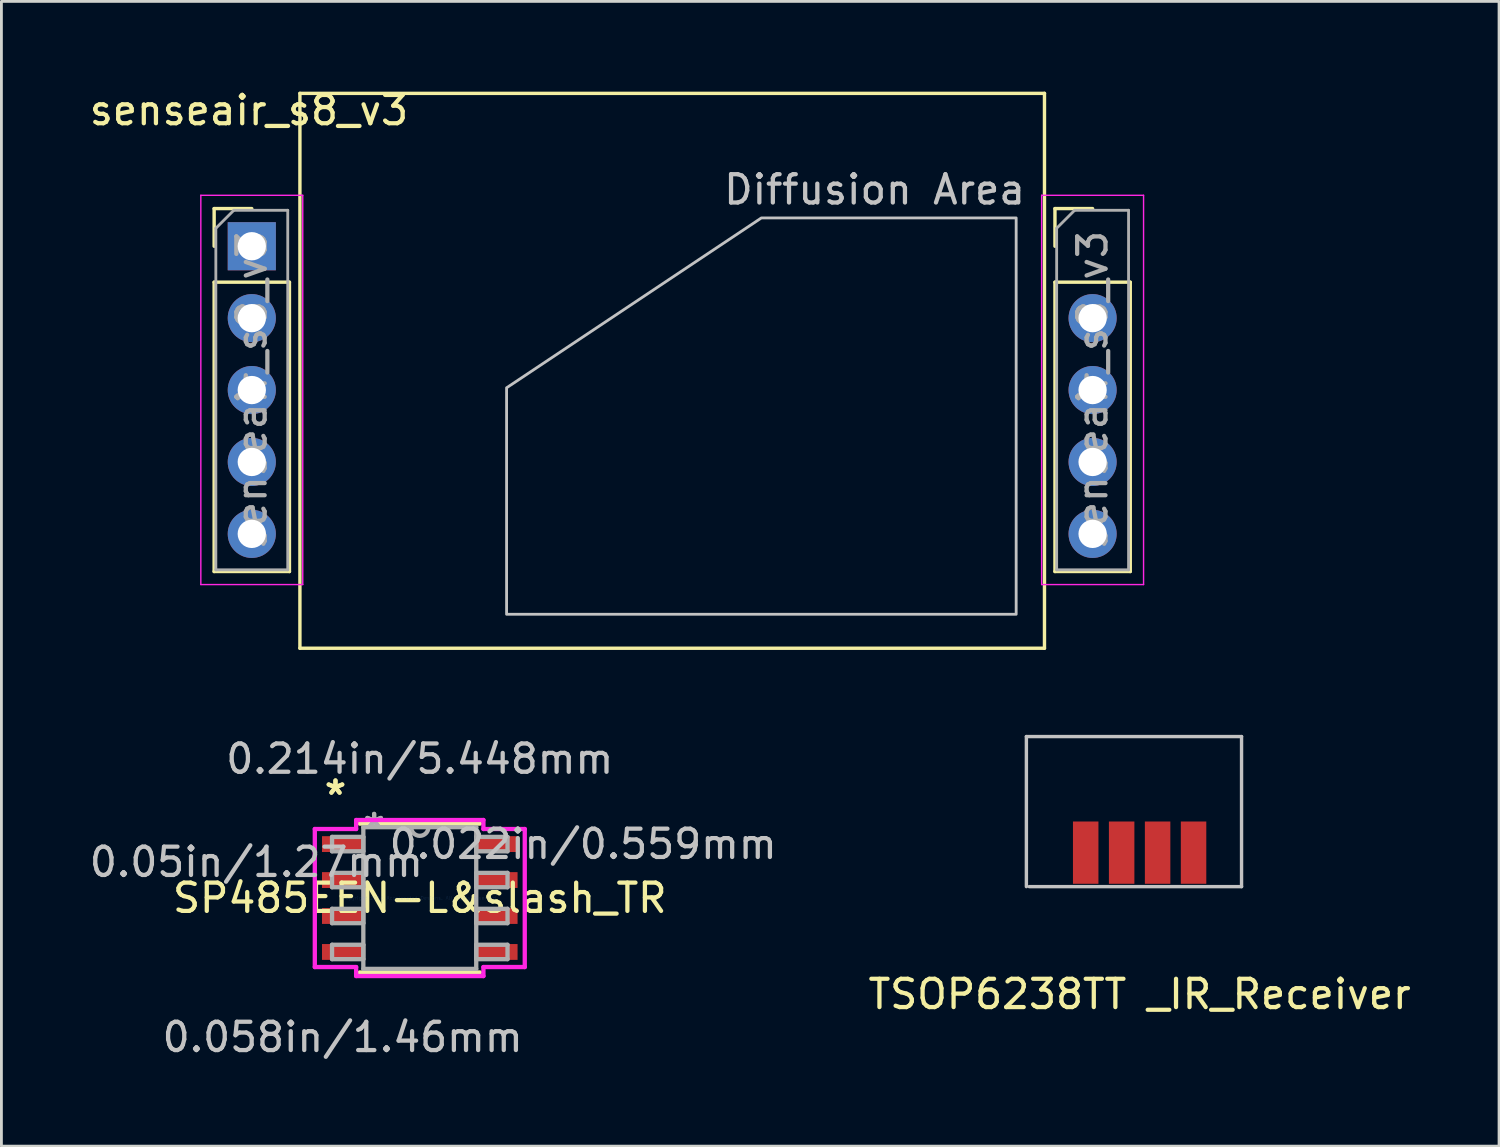
<source format=kicad_pcb>
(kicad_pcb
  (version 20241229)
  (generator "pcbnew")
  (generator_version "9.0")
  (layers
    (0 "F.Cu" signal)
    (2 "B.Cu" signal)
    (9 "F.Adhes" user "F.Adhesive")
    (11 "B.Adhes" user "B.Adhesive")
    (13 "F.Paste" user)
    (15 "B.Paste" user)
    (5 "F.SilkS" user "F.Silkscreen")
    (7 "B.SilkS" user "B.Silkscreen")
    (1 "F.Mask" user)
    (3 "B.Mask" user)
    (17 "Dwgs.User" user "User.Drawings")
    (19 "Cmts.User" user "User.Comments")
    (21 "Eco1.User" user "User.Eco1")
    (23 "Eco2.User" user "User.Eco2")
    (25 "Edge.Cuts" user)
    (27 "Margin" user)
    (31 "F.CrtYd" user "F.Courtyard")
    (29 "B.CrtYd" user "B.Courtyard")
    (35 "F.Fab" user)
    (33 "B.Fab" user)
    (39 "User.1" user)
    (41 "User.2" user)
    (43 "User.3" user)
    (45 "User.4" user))
  (footprint "TSOP6238TT _IR_Receiver"
    (layer "F.Cu")
    (at 37.205 27.068)
    (property "Reference" "TSOP6238TT _IR_Receiver" (at 0 5 0) (layer "F.SilkS") (effects (font (size 1 1) (thickness 0.15))))
    (attr through_hole)
    (fp_line (start -4 -4.1) (end -4 1.2) (stroke (width 0.12) (type solid)) (layer "Dwgs.User"))
    (fp_line (start -3.9 1.2) (end 3.6 1.2) (stroke (width 0.12) (type solid)) (layer "Dwgs.User"))
    (fp_line (start 3.6 -4.1) (end -4 -4.1) (stroke (width 0.12) (type solid)) (layer "Dwgs.User"))
    (fp_line (start 3.6 1.2) (end 3.6 -4.1) (stroke (width 0.12) (type solid)) (layer "Dwgs.User"))
    (pad "1" smd rect (at -1.905 0) (size 0.9 2.2) (layers "F.Cu" "F.Mask" "F.Paste"))
    (pad "2" smd rect (at -0.635 0) (size 0.9 2.2) (layers "F.Cu" "F.Mask" "F.Paste"))
    (pad "3" smd rect (at 0.635 0) (size 0.9 2.2) (layers "F.Cu" "F.Mask" "F.Paste"))
    (pad "4" smd rect (at 1.905 0) (size 0.9 2.2) (layers "F.Cu" "F.Mask" "F.Paste")))
  (footprint "senseair_s8_v3"
    (layer "F.Cu")
    (at 5.844 5.648)
    (property "Reference" "senseair_s8_v3" (at -0.1 -4.8 0) (layer "F.SilkS") (effects (font (size 1 1) (thickness 0.15))))
    (attr through_hole)
    (fp_line (start -1.33 -1.33) (end 0 -1.33) (stroke (width 0.12) (type solid)) (layer "F.SilkS"))
    (fp_line (start -1.33 0) (end -1.33 -1.33) (stroke (width 0.12) (type solid)) (layer "F.SilkS"))
    (fp_line (start -1.33 1.27) (end -1.33 11.49) (stroke (width 0.12) (type solid)) (layer "F.SilkS"))
    (fp_line (start -1.33 1.27) (end 1.33 1.27) (stroke (width 0.12) (type solid)) (layer "F.SilkS"))
    (fp_line (start -1.33 11.49) (end 1.33 11.49) (stroke (width 0.12) (type solid)) (layer "F.SilkS"))
    (fp_line (start 1.33 1.27) (end 1.33 11.49) (stroke (width 0.12) (type solid)) (layer "F.SilkS"))
    (fp_line (start 1.7 -5.4) (end 28 -5.4) (stroke (width 0.12) (type solid)) (layer "F.SilkS"))
    (fp_line (start 1.7 14.2) (end 1.7 -5.4) (stroke (width 0.12) (type solid)) (layer "F.SilkS"))
    (fp_line (start 28 -5.4) (end 28 14.2) (stroke (width 0.12) (type solid)) (layer "F.SilkS"))
    (fp_line (start 28 14.2) (end 1.7 14.2) (stroke (width 0.12) (type solid)) (layer "F.SilkS"))
    (fp_line (start 28.37 -1.33) (end 29.7 -1.33) (stroke (width 0.12) (type solid)) (layer "F.SilkS"))
    (fp_line (start 28.37 0) (end 28.37 -1.33) (stroke (width 0.12) (type solid)) (layer "F.SilkS"))
    (fp_line (start 28.37 1.27) (end 28.37 11.49) (stroke (width 0.12) (type solid)) (layer "F.SilkS"))
    (fp_line (start 28.37 1.27) (end 31.03 1.27) (stroke (width 0.12) (type solid)) (layer "F.SilkS"))
    (fp_line (start 28.37 11.49) (end 31.03 11.49) (stroke (width 0.12) (type solid)) (layer "F.SilkS"))
    (fp_line (start 31.03 1.27) (end 31.03 11.49) (stroke (width 0.12) (type solid)) (layer "F.SilkS"))
    (fp_poly (pts (xy 27 13) (xy 9 13) (xy 9 5) (xy 18 -1) (xy 27 -1)) (stroke (width 0.1) (type solid)) (fill no) (layer "Dwgs.User"))
    (fp_line (start -1.8 -1.8) (end -1.8 11.95) (stroke (width 0.05) (type solid)) (layer "F.CrtYd"))
    (fp_line (start -1.8 11.95) (end 1.8 11.95) (stroke (width 0.05) (type solid)) (layer "F.CrtYd"))
    (fp_line (start 1.8 -1.8) (end -1.8 -1.8) (stroke (width 0.05) (type solid)) (layer "F.CrtYd"))
    (fp_line (start 1.8 11.95) (end 1.8 -1.8) (stroke (width 0.05) (type solid)) (layer "F.CrtYd"))
    (fp_line (start 27.9 -1.8) (end 27.9 11.95) (stroke (width 0.05) (type solid)) (layer "F.CrtYd"))
    (fp_line (start 27.9 11.95) (end 31.5 11.95) (stroke (width 0.05) (type solid)) (layer "F.CrtYd"))
    (fp_line (start 31.5 -1.8) (end 27.9 -1.8) (stroke (width 0.05) (type solid)) (layer "F.CrtYd"))
    (fp_line (start 31.5 11.95) (end 31.5 -1.8) (stroke (width 0.05) (type solid)) (layer "F.CrtYd"))
    (fp_line (start -1.27 -0.635) (end -0.635 -1.27) (stroke (width 0.1) (type solid)) (layer "F.Fab"))
    (fp_line (start -1.27 11.43) (end -1.27 -0.635) (stroke (width 0.1) (type solid)) (layer "F.Fab"))
    (fp_line (start -0.635 -1.27) (end 1.27 -1.27) (stroke (width 0.1) (type solid)) (layer "F.Fab"))
    (fp_line (start 1.27 -1.27) (end 1.27 11.43) (stroke (width 0.1) (type solid)) (layer "F.Fab"))
    (fp_line (start 1.27 11.43) (end -1.27 11.43) (stroke (width 0.1) (type solid)) (layer "F.Fab"))
    (fp_line (start 28.43 -0.635) (end 29.065 -1.27) (stroke (width 0.1) (type solid)) (layer "F.Fab"))
    (fp_line (start 28.43 11.43) (end 28.43 -0.635) (stroke (width 0.1) (type solid)) (layer "F.Fab"))
    (fp_line (start 29.065 -1.27) (end 30.97 -1.27) (stroke (width 0.1) (type solid)) (layer "F.Fab"))
    (fp_line (start 30.97 -1.27) (end 30.97 11.43) (stroke (width 0.1) (type solid)) (layer "F.Fab"))
    (fp_line (start 30.97 11.43) (end 28.43 11.43) (stroke (width 0.1) (type solid)) (layer "F.Fab"))
    (fp_text user "Diffusion Area" (at 22 -2 0) (layer "Dwgs.User") (effects (font (size 1 1) (thickness 0.15))))
    (fp_text user "${REFERENCE}" (at 29.7 5.08 90) (layer "F.Fab") (effects (font (size 1 1) (thickness 0.15))))
    (fp_text user "${REFERENCE}" (at 0 5.08 90) (layer "F.Fab") (effects (font (size 1 1) (thickness 0.15))))
    (pad "1" thru_hole rect (at 0 0) (size 1.7 1.7) (drill 1) (layers "*.Cu" "*.Mask"))
    (pad "2" thru_hole oval (at 0 2.54) (size 1.7 1.7) (drill 1) (layers "*.Cu" "*.Mask"))
    (pad "2" thru_hole oval (at 29.7 2.54) (size 1.7 1.7) (drill 1) (layers "*.Cu" "*.Mask"))
    (pad "3" thru_hole oval (at 0 5.08) (size 1.7 1.7) (drill 1) (layers "*.Cu" "*.Mask"))
    (pad "3" thru_hole oval (at 29.7 5.08) (size 1.7 1.7) (drill 1) (layers "*.Cu" "*.Mask"))
    (pad "4" thru_hole oval (at 0 7.62) (size 1.7 1.7) (drill 1) (layers "*.Cu" "*.Mask"))
    (pad "4" thru_hole oval (at 29.7 7.62) (size 1.7 1.7) (drill 1) (layers "*.Cu" "*.Mask"))
    (pad "5" thru_hole oval (at 0 10.16) (size 1.7 1.7) (drill 1) (layers "*.Cu" "*.Mask"))
    (pad "5" thru_hole oval (at 29.7 10.16) (size 1.7 1.7) (drill 1) (layers "*.Cu" "*.Mask")))
  (footprint "SP485EEN-L&slash_TR"
    (layer "F.Cu")
    (at 11.778 28.671)
    (property "Reference" "SP485EEN-L&slash_TR" (at 0 0 0) (layer "F.SilkS") (effects (font (size 1 1) (thickness 0.15))))
    (attr through_hole)
    (fp_line (start -2.121 2.629) (end 2.121 2.629) (stroke (width 0.152) (type solid)) (layer "F.SilkS"))
    (fp_line (start 2.121 -2.629) (end -2.121 -2.629) (stroke (width 0.152) (type solid)) (layer "F.SilkS"))
    (fp_line (start -3.708 -2.438) (end -2.248 -2.438) (stroke (width 0.152) (type solid)) (layer "F.CrtYd"))
    (fp_line (start -3.708 2.438) (end -3.708 -2.438) (stroke (width 0.152) (type solid)) (layer "F.CrtYd"))
    (fp_line (start -2.248 -2.756) (end 2.248 -2.756) (stroke (width 0.152) (type solid)) (layer "F.CrtYd"))
    (fp_line (start -2.248 -2.438) (end -2.248 -2.756) (stroke (width 0.152) (type solid)) (layer "F.CrtYd"))
    (fp_line (start -2.248 2.438) (end -3.708 2.438) (stroke (width 0.152) (type solid)) (layer "F.CrtYd"))
    (fp_line (start -2.248 2.756) (end -2.248 2.438) (stroke (width 0.152) (type solid)) (layer "F.CrtYd"))
    (fp_line (start 2.248 -2.756) (end 2.248 -2.438) (stroke (width 0.152) (type solid)) (layer "F.CrtYd"))
    (fp_line (start 2.248 -2.438) (end 3.708 -2.438) (stroke (width 0.152) (type solid)) (layer "F.CrtYd"))
    (fp_line (start 2.248 2.438) (end 2.248 2.756) (stroke (width 0.152) (type solid)) (layer "F.CrtYd"))
    (fp_line (start 2.248 2.756) (end -2.248 2.756) (stroke (width 0.152) (type solid)) (layer "F.CrtYd"))
    (fp_line (start 3.708 -2.438) (end 3.708 2.438) (stroke (width 0.152) (type solid)) (layer "F.CrtYd"))
    (fp_line (start 3.708 2.438) (end 2.248 2.438) (stroke (width 0.152) (type solid)) (layer "F.CrtYd"))
    (fp_line (start -3.099 -2.159) (end -3.099 -1.651) (stroke (width 0.152) (type solid)) (layer "F.Fab"))
    (fp_line (start -3.099 -1.651) (end -1.994 -1.651) (stroke (width 0.152) (type solid)) (layer "F.Fab"))
    (fp_line (start -3.099 -0.889) (end -3.099 -0.381) (stroke (width 0.152) (type solid)) (layer "F.Fab"))
    (fp_line (start -3.099 -0.381) (end -1.994 -0.381) (stroke (width 0.152) (type solid)) (layer "F.Fab"))
    (fp_line (start -3.099 0.381) (end -3.099 0.889) (stroke (width 0.152) (type solid)) (layer "F.Fab"))
    (fp_line (start -3.099 0.889) (end -1.994 0.889) (stroke (width 0.152) (type solid)) (layer "F.Fab"))
    (fp_line (start -3.099 1.651) (end -3.099 2.159) (stroke (width 0.152) (type solid)) (layer "F.Fab"))
    (fp_line (start -3.099 2.159) (end -1.994 2.159) (stroke (width 0.152) (type solid)) (layer "F.Fab"))
    (fp_line (start -1.994 -2.502) (end -1.994 2.502) (stroke (width 0.152) (type solid)) (layer "F.Fab"))
    (fp_line (start -1.994 -2.159) (end -3.099 -2.159) (stroke (width 0.152) (type solid)) (layer "F.Fab"))
    (fp_line (start -1.994 -1.651) (end -1.994 -2.159) (stroke (width 0.152) (type solid)) (layer "F.Fab"))
    (fp_line (start -1.994 -0.889) (end -3.099 -0.889) (stroke (width 0.152) (type solid)) (layer "F.Fab"))
    (fp_line (start -1.994 -0.381) (end -1.994 -0.889) (stroke (width 0.152) (type solid)) (layer "F.Fab"))
    (fp_line (start -1.994 0.381) (end -3.099 0.381) (stroke (width 0.152) (type solid)) (layer "F.Fab"))
    (fp_line (start -1.994 0.889) (end -1.994 0.381) (stroke (width 0.152) (type solid)) (layer "F.Fab"))
    (fp_line (start -1.994 1.651) (end -3.099 1.651) (stroke (width 0.152) (type solid)) (layer "F.Fab"))
    (fp_line (start -1.994 2.159) (end -1.994 1.651) (stroke (width 0.152) (type solid)) (layer "F.Fab"))
    (fp_line (start -1.994 2.502) (end 1.994 2.502) (stroke (width 0.152) (type solid)) (layer "F.Fab"))
    (fp_line (start 1.994 -2.502) (end -1.994 -2.502) (stroke (width 0.152) (type solid)) (layer "F.Fab"))
    (fp_line (start 1.994 -2.159) (end 1.994 -1.651) (stroke (width 0.152) (type solid)) (layer "F.Fab"))
    (fp_line (start 1.994 -1.651) (end 3.099 -1.651) (stroke (width 0.152) (type solid)) (layer "F.Fab"))
    (fp_line (start 1.994 -0.889) (end 1.994 -0.381) (stroke (width 0.152) (type solid)) (layer "F.Fab"))
    (fp_line (start 1.994 -0.381) (end 3.099 -0.381) (stroke (width 0.152) (type solid)) (layer "F.Fab"))
    (fp_line (start 1.994 0.381) (end 1.994 0.889) (stroke (width 0.152) (type solid)) (layer "F.Fab"))
    (fp_line (start 1.994 0.889) (end 3.099 0.889) (stroke (width 0.152) (type solid)) (layer "F.Fab"))
    (fp_line (start 1.994 1.651) (end 1.994 2.159) (stroke (width 0.152) (type solid)) (layer "F.Fab"))
    (fp_line (start 1.994 2.159) (end 3.099 2.159) (stroke (width 0.152) (type solid)) (layer "F.Fab"))
    (fp_line (start 1.994 2.502) (end 1.994 -2.502) (stroke (width 0.152) (type solid)) (layer "F.Fab"))
    (fp_line (start 3.099 -2.159) (end 1.994 -2.159) (stroke (width 0.152) (type solid)) (layer "F.Fab"))
    (fp_line (start 3.099 -1.651) (end 3.099 -2.159) (stroke (width 0.152) (type solid)) (layer "F.Fab"))
    (fp_line (start 3.099 -0.889) (end 1.994 -0.889) (stroke (width 0.152) (type solid)) (layer "F.Fab"))
    (fp_line (start 3.099 -0.381) (end 3.099 -0.889) (stroke (width 0.152) (type solid)) (layer "F.Fab"))
    (fp_line (start 3.099 0.381) (end 1.994 0.381) (stroke (width 0.152) (type solid)) (layer "F.Fab"))
    (fp_line (start 3.099 0.889) (end 3.099 0.381) (stroke (width 0.152) (type solid)) (layer "F.Fab"))
    (fp_line (start 3.099 1.651) (end 1.994 1.651) (stroke (width 0.152) (type solid)) (layer "F.Fab"))
    (fp_line (start 3.099 2.159) (end 3.099 1.651) (stroke (width 0.152) (type solid)) (layer "F.Fab"))
    (fp_arc (start 0.3048 -2.5019) (mid 0 -2.1971) (end -0.3048 -2.5019) (stroke (width 0.1524) (type solid)) (layer "F.Fab"))
    (fp_text user "*" (at -2.978 -3.607 0) (layer "F.SilkS") (effects (font (size 1 1) (thickness 0.15))))
    (fp_text user "*" (at -2.978 -3.607 0) (layer "F.SilkS") (effects (font (size 1 1) (thickness 0.15))))
    (fp_text user "0.022in/0.559mm" (at 5.772 -1.905 0) (layer "Dwgs.User") (effects (font (size 1 1) (thickness 0.15))))
    (fp_text user "0.058in/1.46mm" (at -2.724 4.915 0) (layer "Dwgs.User") (effects (font (size 1 1) (thickness 0.15))))
    (fp_text user "0.05in/1.27mm" (at -5.772 -1.27 0) (layer "Dwgs.User") (effects (font (size 1 1) (thickness 0.15))))
    (fp_text user "0.214in/5.448mm" (at 0 -4.915 0) (layer "Dwgs.User") (effects (font (size 1 1) (thickness 0.15))))
    (fp_text user "Copyright 2016 Accelerated Designs. All rights reserved." (at 0 0 0) (layer "Cmts.User") (effects (font (size 0.127 0.127) (thickness 0.002))))
    (fp_text user "*" (at -1.613 -2.426 0) (layer "F.Fab") (effects (font (size 1 1) (thickness 0.15))))
    (fp_text user "*" (at -1.613 -2.426 0) (layer "F.Fab") (effects (font (size 1 1) (thickness 0.15))))
    (pad "1" smd rect (at -2.724 -1.905) (size 1.46 0.559) (layers "F.Cu" "F.Mask" "F.Paste"))
    (pad "2" smd rect (at -2.724 -0.635) (size 1.46 0.559) (layers "F.Cu" "F.Mask" "F.Paste"))
    (pad "3" smd rect (at -2.724 0.635) (size 1.46 0.559) (layers "F.Cu" "F.Mask" "F.Paste"))
    (pad "4" smd rect (at -2.724 1.905) (size 1.46 0.559) (layers "F.Cu" "F.Mask" "F.Paste"))
    (pad "5" smd rect (at 2.724 1.905) (size 1.46 0.559) (layers "F.Cu" "F.Mask" "F.Paste"))
    (pad "6" smd rect (at 2.724 0.635) (size 1.46 0.559) (layers "F.Cu" "F.Mask" "F.Paste"))
    (pad "7" smd rect (at 2.724 -0.635) (size 1.46 0.559) (layers "F.Cu" "F.Mask" "F.Paste"))
    (pad "8" smd rect (at 2.724 -1.905) (size 1.46 0.559) (layers "F.Cu" "F.Mask" "F.Paste")))
  (gr_rect
    (start -3 -3)
    (end 49.901 37.435)
    (stroke (width 0.1) (type default))
    (fill no)
    (layer "Edge.Cuts")))
</source>
